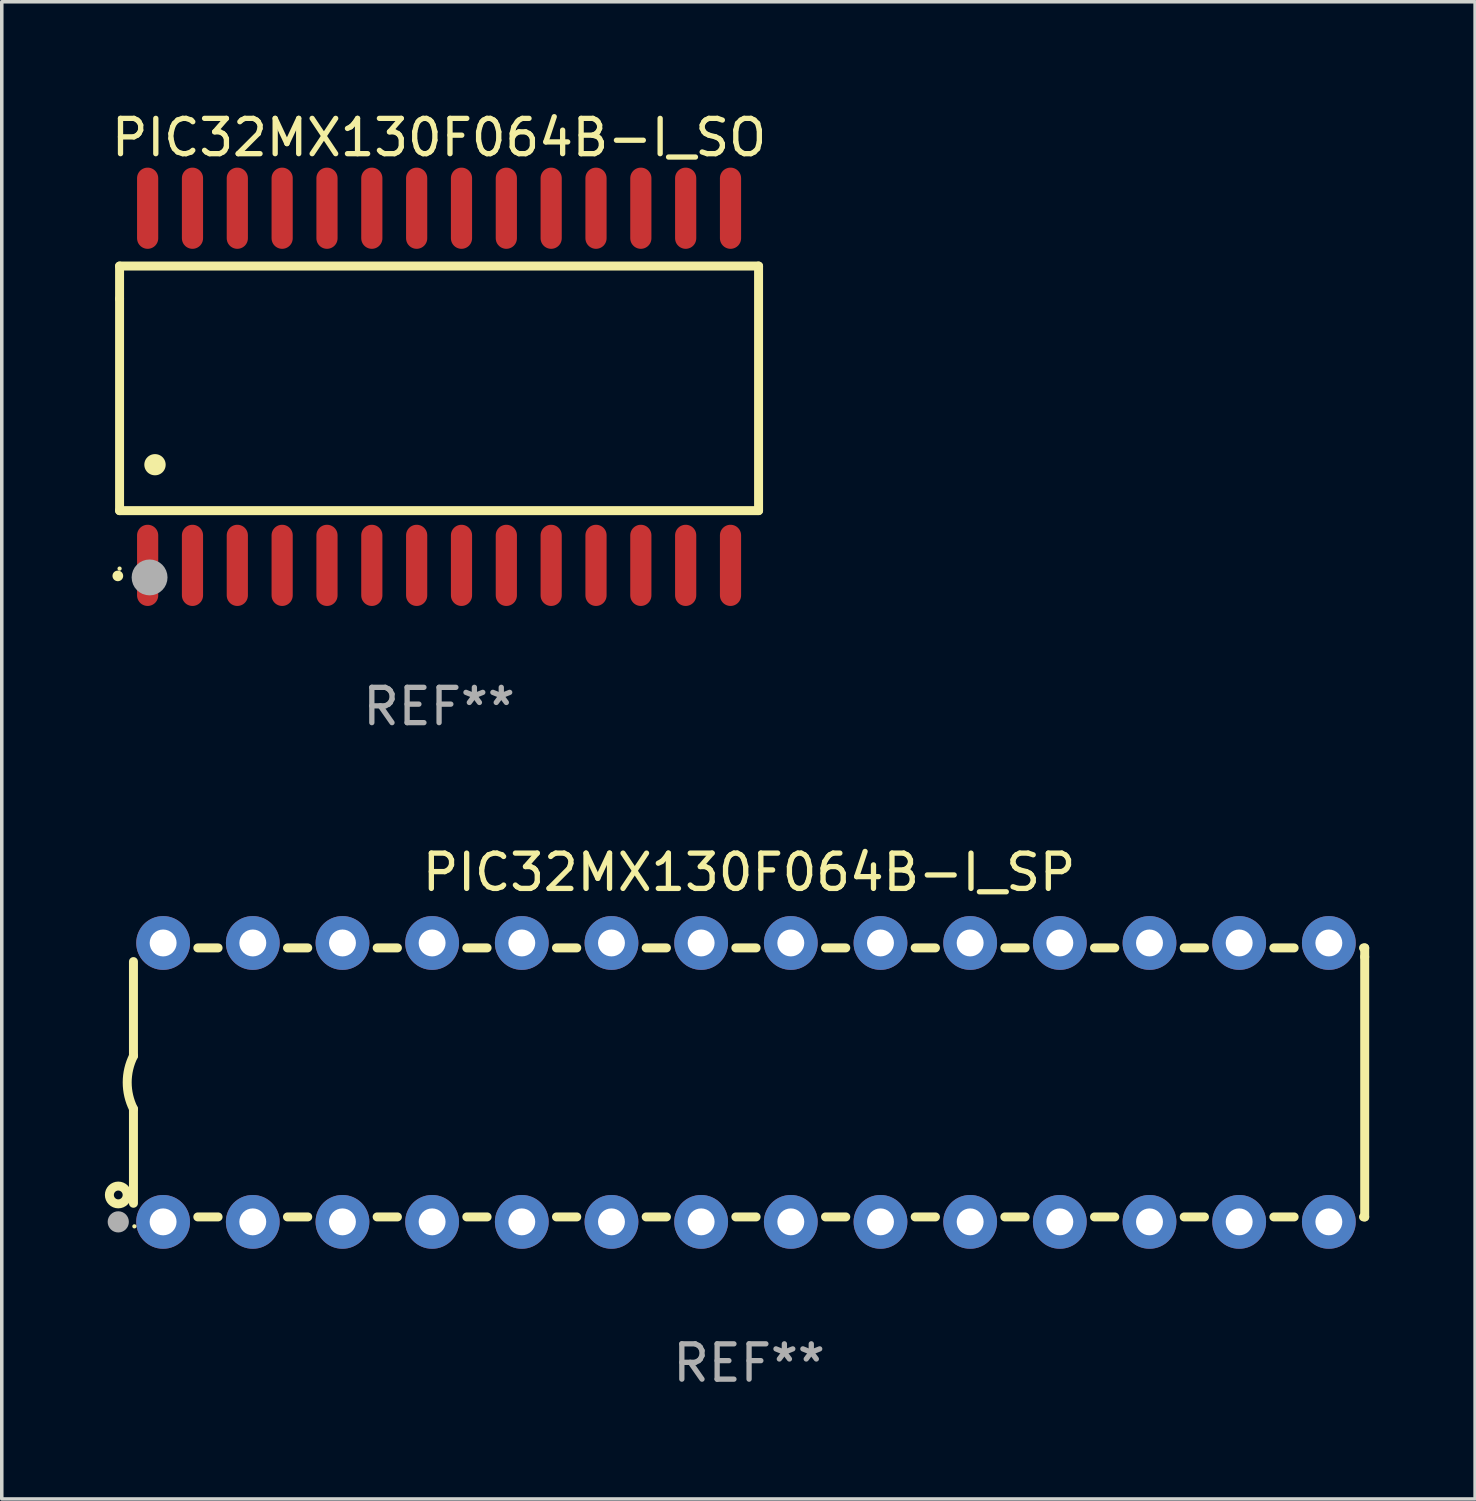
<source format=kicad_pcb>
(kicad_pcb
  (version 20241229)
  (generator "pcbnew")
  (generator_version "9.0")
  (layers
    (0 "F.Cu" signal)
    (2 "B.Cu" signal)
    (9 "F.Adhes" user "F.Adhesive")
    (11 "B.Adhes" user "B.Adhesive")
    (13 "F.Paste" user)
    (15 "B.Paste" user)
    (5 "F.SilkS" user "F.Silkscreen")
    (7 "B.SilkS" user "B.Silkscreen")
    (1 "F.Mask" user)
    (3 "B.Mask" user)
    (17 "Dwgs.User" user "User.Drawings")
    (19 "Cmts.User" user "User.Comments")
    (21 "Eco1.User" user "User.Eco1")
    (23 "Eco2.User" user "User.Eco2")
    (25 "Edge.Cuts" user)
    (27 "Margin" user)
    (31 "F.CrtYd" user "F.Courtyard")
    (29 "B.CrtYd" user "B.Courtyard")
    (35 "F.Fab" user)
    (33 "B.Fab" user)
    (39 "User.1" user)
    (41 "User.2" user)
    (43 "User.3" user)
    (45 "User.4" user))
  (footprint "PIC32MX130F064B-I_SO"
    (layer "F.Cu")
    (at 9.387 7.906)
    (property "Reference" "PIC32MX130F064B-I_SO" (at 0 -7.058 0) (layer "F.SilkS") (effects (font (size 1 1) (thickness 0.15))))
    (attr through_hole)
    (fp_line (start -9.05 -3.42) (end 9.05 -3.42) (stroke (width 0.254) (type solid)) (layer "F.SilkS"))
    (fp_line (start -9.05 -2.492) (end -9.05 -3.42) (stroke (width 0.254) (type solid)) (layer "F.SilkS"))
    (fp_line (start -9.05 3.508) (end -9.05 -2.492) (stroke (width 0.254) (type solid)) (layer "F.SilkS"))
    (fp_line (start 9.05 -3.42) (end 9.05 3.508) (stroke (width 0.254) (type solid)) (layer "F.SilkS"))
    (fp_line (start 9.05 3.508) (end -9.05 3.508) (stroke (width 0.254) (type solid)) (layer "F.SilkS"))
    (fp_arc (start -9.100838 5.35649) (mid -9.099568 5.356485) (end -9.098298 5.35649) (stroke (width 0.3) (type solid)) (layer "F.SilkS"))
    (fp_arc (start -8.049276 2.206883) (mid -8.046736 2.206872) (end -8.044196 2.206883) (stroke (width 0.6) (type solid)) (layer "F.SilkS"))
    (fp_circle (center -9.05 5.15) (end -9.02 5.15) (stroke (width 0.06) (type solid)) (fill no) (layer "F.SilkS"))
    (fp_circle (center -8.2 5.4) (end -7.946 5.4) (stroke (width 0.508) (type solid)) (fill no) (layer "F.Fab"))
    (fp_text user "REF**" (at 0 9.058 0) (layer "F.Fab") (effects (font (size 1 1) (thickness 0.15))))
    (pad "1" smd oval (at -8.255 5.058 180) (size 0.6 2.3) (layers "F.Cu" "F.Mask" "F.Paste"))
    (pad "2" smd oval (at -6.985 5.058 180) (size 0.6 2.3) (layers "F.Cu" "F.Mask" "F.Paste"))
    (pad "3" smd oval (at -5.715 5.058 180) (size 0.6 2.3) (layers "F.Cu" "F.Mask" "F.Paste"))
    (pad "4" smd oval (at -4.445 5.058 180) (size 0.6 2.3) (layers "F.Cu" "F.Mask" "F.Paste"))
    (pad "5" smd oval (at -3.175 5.058 180) (size 0.6 2.3) (layers "F.Cu" "F.Mask" "F.Paste"))
    (pad "6" smd oval (at -1.905 5.058 180) (size 0.6 2.3) (layers "F.Cu" "F.Mask" "F.Paste"))
    (pad "7" smd oval (at -0.635 5.058 180) (size 0.6 2.3) (layers "F.Cu" "F.Mask" "F.Paste"))
    (pad "8" smd oval (at 0.635 5.058 180) (size 0.6 2.3) (layers "F.Cu" "F.Mask" "F.Paste"))
    (pad "9" smd oval (at 1.905 5.058 180) (size 0.6 2.3) (layers "F.Cu" "F.Mask" "F.Paste"))
    (pad "10" smd oval (at 3.175 5.058 180) (size 0.6 2.3) (layers "F.Cu" "F.Mask" "F.Paste"))
    (pad "11" smd oval (at 4.445 5.058 180) (size 0.6 2.3) (layers "F.Cu" "F.Mask" "F.Paste"))
    (pad "12" smd oval (at 5.715 5.058 180) (size 0.6 2.3) (layers "F.Cu" "F.Mask" "F.Paste"))
    (pad "13" smd oval (at 6.985 5.058 180) (size 0.6 2.3) (layers "F.Cu" "F.Mask" "F.Paste"))
    (pad "14" smd oval (at 8.255 5.058 180) (size 0.6 2.3) (layers "F.Cu" "F.Mask" "F.Paste"))
    (pad "15" smd oval (at 8.255 -5.058 180) (size 0.6 2.3) (layers "F.Cu" "F.Mask" "F.Paste"))
    (pad "16" smd oval (at 6.985 -5.058 180) (size 0.6 2.3) (layers "F.Cu" "F.Mask" "F.Paste"))
    (pad "17" smd oval (at 5.715 -5.058 180) (size 0.6 2.3) (layers "F.Cu" "F.Mask" "F.Paste"))
    (pad "18" smd oval (at 4.445 -5.058 180) (size 0.6 2.3) (layers "F.Cu" "F.Mask" "F.Paste"))
    (pad "19" smd oval (at 3.175 -5.058 180) (size 0.6 2.3) (layers "F.Cu" "F.Mask" "F.Paste"))
    (pad "20" smd oval (at 1.905 -5.058 180) (size 0.6 2.3) (layers "F.Cu" "F.Mask" "F.Paste"))
    (pad "21" smd oval (at 0.635 -5.058 180) (size 0.6 2.3) (layers "F.Cu" "F.Mask" "F.Paste"))
    (pad "22" smd oval (at -0.635 -5.058 180) (size 0.6 2.3) (layers "F.Cu" "F.Mask" "F.Paste"))
    (pad "23" smd oval (at -1.905 -5.058 180) (size 0.6 2.3) (layers "F.Cu" "F.Mask" "F.Paste"))
    (pad "24" smd oval (at -3.175 -5.058 180) (size 0.6 2.3) (layers "F.Cu" "F.Mask" "F.Paste"))
    (pad "25" smd oval (at -4.445 -5.058 180) (size 0.6 2.3) (layers "F.Cu" "F.Mask" "F.Paste"))
    (pad "26" smd oval (at -5.715 -5.058 180) (size 0.6 2.3) (layers "F.Cu" "F.Mask" "F.Paste"))
    (pad "27" smd oval (at -6.985 -5.058 180) (size 0.6 2.3) (layers "F.Cu" "F.Mask" "F.Paste"))
    (pad "28" smd oval (at -8.255 -5.058 180) (size 0.6 2.3) (layers "F.Cu" "F.Mask" "F.Paste")))
  (footprint "PIC32MX130F064B-I_SP"
    (layer "F.Cu")
    (at 18.168 27.61)
    (property "Reference" "PIC32MX130F064B-I_SP" (at 0 -5.95 0) (layer "F.SilkS") (effects (font (size 1 1) (thickness 0.15))))
    (attr through_hole)
    (fp_line (start -17.438 0.75) (end -17.438 3.423) (stroke (width 0.254) (type solid)) (layer "F.SilkS"))
    (fp_line (start -17.438 -3.423) (end -17.438 -0.75) (stroke (width 0.254) (type solid)) (layer "F.SilkS"))
    (fp_line (start -15.615 3.81) (end -15.041 3.81) (stroke (width 0.254) (type solid)) (layer "F.SilkS"))
    (fp_line (start -15.041 -3.81) (end -15.614 -3.81) (stroke (width 0.254) (type solid)) (layer "F.SilkS"))
    (fp_line (start -13.075 3.81) (end -12.501 3.81) (stroke (width 0.254) (type solid)) (layer "F.SilkS"))
    (fp_line (start -12.501 -3.81) (end -13.074 -3.81) (stroke (width 0.254) (type solid)) (layer "F.SilkS"))
    (fp_line (start -10.535 3.81) (end -9.961 3.81) (stroke (width 0.254) (type solid)) (layer "F.SilkS"))
    (fp_line (start -9.961 -3.81) (end -10.534 -3.81) (stroke (width 0.254) (type solid)) (layer "F.SilkS"))
    (fp_line (start -7.995 3.81) (end -7.421 3.81) (stroke (width 0.254) (type solid)) (layer "F.SilkS"))
    (fp_line (start -7.421 -3.81) (end -7.995 -3.81) (stroke (width 0.254) (type solid)) (layer "F.SilkS"))
    (fp_line (start -5.455 3.81) (end -4.881 3.81) (stroke (width 0.254) (type solid)) (layer "F.SilkS"))
    (fp_line (start -4.881 -3.81) (end -5.455 -3.81) (stroke (width 0.254) (type solid)) (layer "F.SilkS"))
    (fp_line (start -2.915 3.81) (end -2.341 3.81) (stroke (width 0.254) (type solid)) (layer "F.SilkS"))
    (fp_line (start -2.341 -3.81) (end -2.915 -3.81) (stroke (width 0.254) (type solid)) (layer "F.SilkS"))
    (fp_line (start -0.375 3.81) (end 0.199 3.81) (stroke (width 0.254) (type solid)) (layer "F.SilkS"))
    (fp_line (start 0.199 -3.81) (end -0.375 -3.81) (stroke (width 0.254) (type solid)) (layer "F.SilkS"))
    (fp_line (start 2.165 3.81) (end 2.739 3.81) (stroke (width 0.254) (type solid)) (layer "F.SilkS"))
    (fp_line (start 2.739 -3.81) (end 2.165 -3.81) (stroke (width 0.254) (type solid)) (layer "F.SilkS"))
    (fp_line (start 4.705 3.81) (end 5.279 3.81) (stroke (width 0.254) (type solid)) (layer "F.SilkS"))
    (fp_line (start 5.279 -3.81) (end 4.705 -3.81) (stroke (width 0.254) (type solid)) (layer "F.SilkS"))
    (fp_line (start 7.245 3.81) (end 7.819 3.81) (stroke (width 0.254) (type solid)) (layer "F.SilkS"))
    (fp_line (start 7.819 -3.81) (end 7.245 -3.81) (stroke (width 0.254) (type solid)) (layer "F.SilkS"))
    (fp_line (start 9.785 3.81) (end 10.359 3.81) (stroke (width 0.254) (type solid)) (layer "F.SilkS"))
    (fp_line (start 10.359 -3.81) (end 9.785 -3.81) (stroke (width 0.254) (type solid)) (layer "F.SilkS"))
    (fp_line (start 12.325 3.81) (end 12.899 3.81) (stroke (width 0.254) (type solid)) (layer "F.SilkS"))
    (fp_line (start 12.899 -3.81) (end 12.325 -3.81) (stroke (width 0.254) (type solid)) (layer "F.SilkS"))
    (fp_line (start 14.865 3.81) (end 15.439 3.81) (stroke (width 0.254) (type solid)) (layer "F.SilkS"))
    (fp_line (start 15.439 -3.81) (end 14.865 -3.81) (stroke (width 0.254) (type solid)) (layer "F.SilkS"))
    (fp_line (start 17.405 3.81) (end 17.438 3.81) (stroke (width 0.254) (type solid)) (layer "F.SilkS"))
    (fp_line (start 17.438 -3.81) (end 17.405 -3.81) (stroke (width 0.254) (type solid)) (layer "F.SilkS"))
    (fp_line (start 17.438 -3.556) (end 17.438 -3.81) (stroke (width 0.254) (type solid)) (layer "F.SilkS"))
    (fp_line (start 17.438 3.81) (end 17.438 -3.556) (stroke (width 0.254) (type solid)) (layer "F.SilkS"))
    (fp_arc (start -17.437986 0.749657) (mid -17.614887 -0.000024) (end -17.437783 -0.749657) (stroke (width 0.254001) (type solid)) (layer "F.SilkS"))
    (fp_circle (center -17.868 3.188) (end -17.743 3.188) (stroke (width 0.254) (type solid)) (fill no) (layer "F.SilkS"))
    (fp_circle (center -17.411 4.077) (end -17.381 4.077) (stroke (width 0.06) (type solid)) (fill no) (layer "F.SilkS"))
    (fp_circle (center -17.868 3.95) (end -17.718 3.95) (stroke (width 0.3) (type solid)) (fill no) (layer "F.Fab"))
    (fp_text user "REF**" (at 0 7.95 0) (layer "F.Fab") (effects (font (size 1 1) (thickness 0.15))))
    (pad "1" thru_hole circle (at -16.598 3.95) (size 1.524 1.524) (drill 0.762) (layers "*.Cu" "*.Mask"))
    (pad "2" thru_hole circle (at -14.058 3.95) (size 1.524 1.524) (drill 0.762) (layers "*.Cu" "*.Mask"))
    (pad "3" thru_hole circle (at -11.518 3.95) (size 1.524 1.524) (drill 0.762) (layers "*.Cu" "*.Mask"))
    (pad "4" thru_hole circle (at -8.978 3.95) (size 1.524 1.524) (drill 0.762) (layers "*.Cu" "*.Mask"))
    (pad "5" thru_hole circle (at -6.438 3.95) (size 1.524 1.524) (drill 0.762) (layers "*.Cu" "*.Mask"))
    (pad "6" thru_hole circle (at -3.898 3.95) (size 1.524 1.524) (drill 0.762) (layers "*.Cu" "*.Mask"))
    (pad "7" thru_hole circle (at -1.358 3.95) (size 1.524 1.524) (drill 0.762) (layers "*.Cu" "*.Mask"))
    (pad "8" thru_hole circle (at 1.182 3.95) (size 1.524 1.524) (drill 0.762) (layers "*.Cu" "*.Mask"))
    (pad "9" thru_hole circle (at 3.722 3.95) (size 1.524 1.524) (drill 0.762) (layers "*.Cu" "*.Mask"))
    (pad "10" thru_hole circle (at 6.262 3.95) (size 1.524 1.524) (drill 0.762) (layers "*.Cu" "*.Mask"))
    (pad "11" thru_hole circle (at 8.802 3.95) (size 1.524 1.524) (drill 0.762) (layers "*.Cu" "*.Mask"))
    (pad "12" thru_hole circle (at 11.342 3.95) (size 1.524 1.524) (drill 0.762) (layers "*.Cu" "*.Mask"))
    (pad "13" thru_hole circle (at 13.882 3.95) (size 1.524 1.524) (drill 0.762) (layers "*.Cu" "*.Mask"))
    (pad "14" thru_hole circle (at 16.422 3.95) (size 1.524 1.524) (drill 0.762) (layers "*.Cu" "*.Mask"))
    (pad "15" thru_hole circle (at 16.422 -3.95) (size 1.524 1.524) (drill 0.762) (layers "*.Cu" "*.Mask"))
    (pad "16" thru_hole circle (at 13.882 -3.95) (size 1.524 1.524) (drill 0.762) (layers "*.Cu" "*.Mask"))
    (pad "17" thru_hole circle (at 11.342 -3.95) (size 1.524 1.524) (drill 0.762) (layers "*.Cu" "*.Mask"))
    (pad "18" thru_hole circle (at 8.802 -3.95) (size 1.524 1.524) (drill 0.762) (layers "*.Cu" "*.Mask"))
    (pad "19" thru_hole circle (at 6.262 -3.95) (size 1.524 1.524) (drill 0.762) (layers "*.Cu" "*.Mask"))
    (pad "20" thru_hole circle (at 3.722 -3.95) (size 1.524 1.524) (drill 0.762) (layers "*.Cu" "*.Mask"))
    (pad "21" thru_hole circle (at 1.182 -3.95) (size 1.524 1.524) (drill 0.762) (layers "*.Cu" "*.Mask"))
    (pad "22" thru_hole circle (at -1.358 -3.95) (size 1.524 1.524) (drill 0.762) (layers "*.Cu" "*.Mask"))
    (pad "23" thru_hole circle (at -3.898 -3.95) (size 1.524 1.524) (drill 0.762) (layers "*.Cu" "*.Mask"))
    (pad "24" thru_hole circle (at -6.438 -3.95) (size 1.524 1.524) (drill 0.762) (layers "*.Cu" "*.Mask"))
    (pad "25" thru_hole circle (at -8.978 -3.95) (size 1.524 1.524) (drill 0.762) (layers "*.Cu" "*.Mask"))
    (pad "26" thru_hole circle (at -11.517 -3.95) (size 1.524 1.524) (drill 0.762) (layers "*.Cu" "*.Mask"))
    (pad "27" thru_hole circle (at -14.057 -3.95) (size 1.524 1.524) (drill 0.762) (layers "*.Cu" "*.Mask"))
    (pad "28" thru_hole circle (at -16.597 -3.95) (size 1.524 1.524) (drill 0.762) (layers "*.Cu" "*.Mask")))
  (gr_rect
    (start -3 -3)
    (end 38.733 39.408)
    (stroke (width 0.1) (type default))
    (fill no)
    (layer "Edge.Cuts")))
</source>
